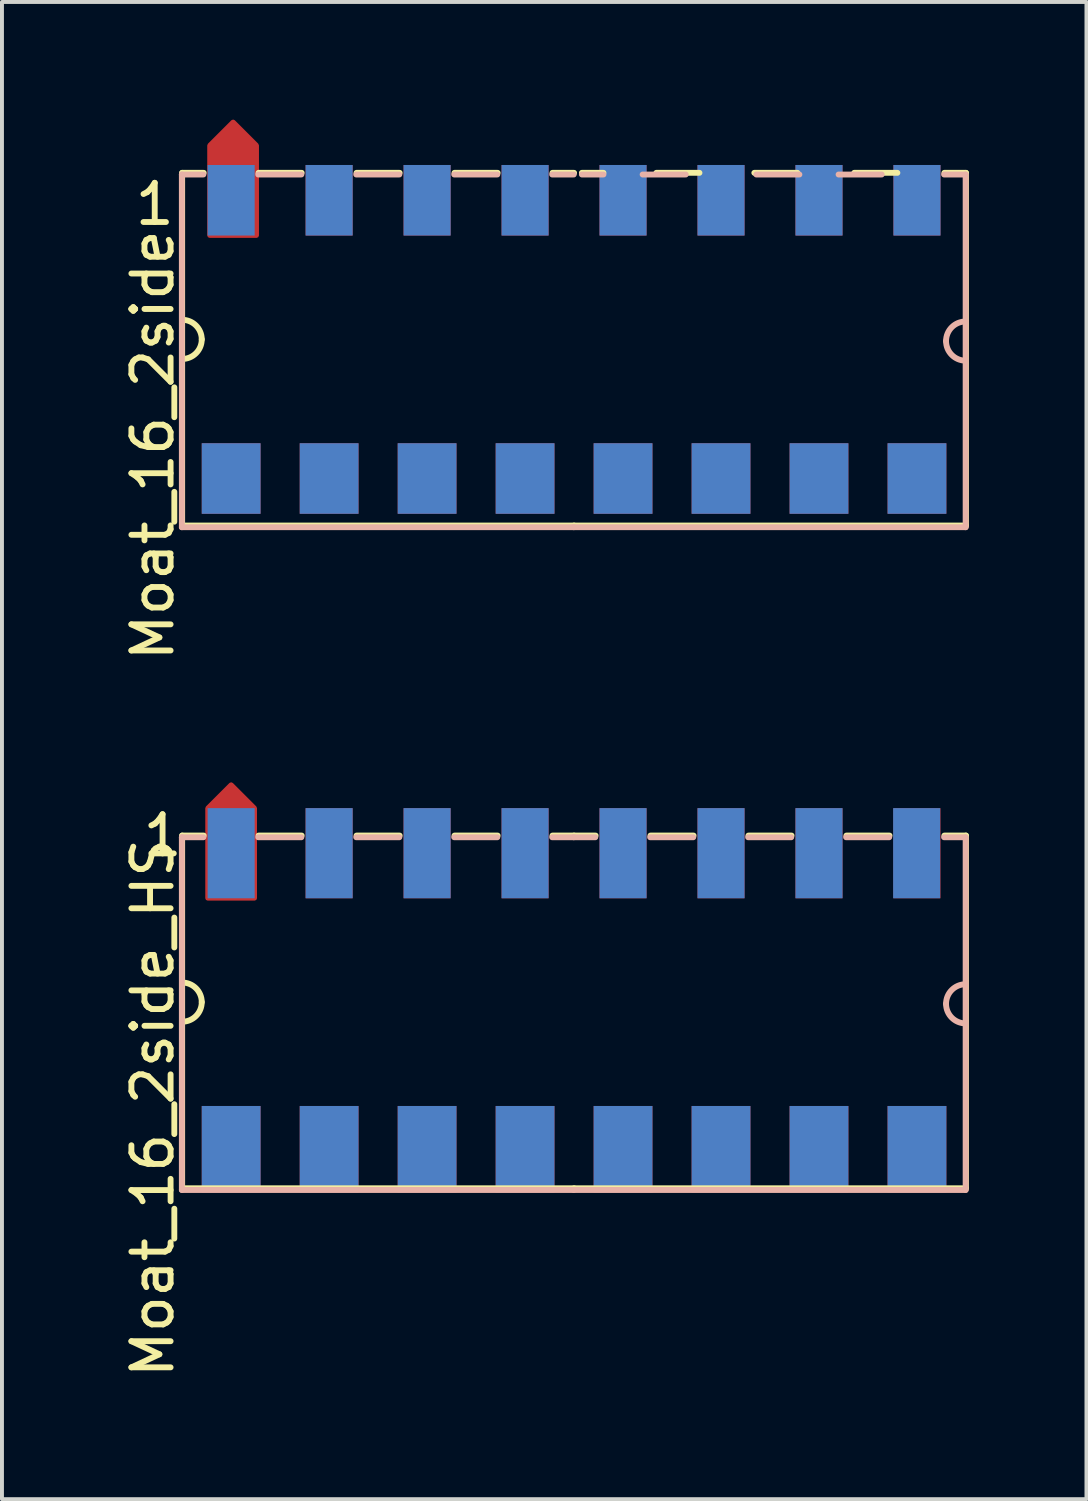
<source format=kicad_pcb>
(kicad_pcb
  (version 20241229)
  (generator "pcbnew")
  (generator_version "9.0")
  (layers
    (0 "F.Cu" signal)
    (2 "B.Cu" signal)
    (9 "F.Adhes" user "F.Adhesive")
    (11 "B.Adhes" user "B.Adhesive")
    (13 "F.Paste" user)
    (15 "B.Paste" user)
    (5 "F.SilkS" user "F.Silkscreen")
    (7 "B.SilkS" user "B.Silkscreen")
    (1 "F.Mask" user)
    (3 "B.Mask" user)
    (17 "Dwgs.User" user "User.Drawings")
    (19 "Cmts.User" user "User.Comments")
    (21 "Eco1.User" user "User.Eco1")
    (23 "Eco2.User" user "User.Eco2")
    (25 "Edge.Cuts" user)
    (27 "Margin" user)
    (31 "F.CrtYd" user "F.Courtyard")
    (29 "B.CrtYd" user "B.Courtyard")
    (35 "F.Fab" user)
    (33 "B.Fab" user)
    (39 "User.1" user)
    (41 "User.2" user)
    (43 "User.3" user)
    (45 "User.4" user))
  (footprint "Moat_16_2side_HS"
    (layer "F.Cu")
    (at 11.598 22.471)
    (property "Reference" "Moat_16_2side_HS" (at -10.75 2.75 90) (layer "F.SilkS") (effects (font (size 1 1) (thickness 0.15))))
    (attr smd)
    (fp_circle (center -10.45 -4.15) (end -9.65 -4.15) (stroke (width 0.15) (type solid)) (fill no) (layer "F.Mask"))
    (fp_line (start -10 -4.2) (end -10 4.8) (stroke (width 0.15) (type solid)) (layer "F.SilkS"))
    (fp_line (start -10 -4.2) (end -9.45 -4.2) (stroke (width 0.15) (type solid)) (layer "F.SilkS"))
    (fp_line (start -10 4.8) (end 0 4.8) (stroke (width 0.15) (type solid)) (layer "F.SilkS"))
    (fp_line (start -6.95 -4.2) (end -8.05 -4.2) (stroke (width 0.15) (type solid)) (layer "F.SilkS"))
    (fp_line (start -4.45 -4.2) (end -5.55 -4.2) (stroke (width 0.15) (type solid)) (layer "F.SilkS"))
    (fp_line (start -1.95 -4.2) (end -3.05 -4.2) (stroke (width 0.15) (type solid)) (layer "F.SilkS"))
    (fp_line (start 0 -4.2) (end -0.55 -4.2) (stroke (width 0.15) (type solid)) (layer "F.SilkS"))
    (fp_line (start 0 -4.2) (end 0.55 -4.2) (stroke (width 0.15) (type solid)) (layer "F.SilkS"))
    (fp_line (start 0 4.8) (end 10 4.8) (stroke (width 0.15) (type solid)) (layer "F.SilkS"))
    (fp_line (start 3.05 -4.2) (end 1.95 -4.2) (stroke (width 0.15) (type solid)) (layer "F.SilkS"))
    (fp_line (start 5.55 -4.2) (end 4.45 -4.2) (stroke (width 0.15) (type solid)) (layer "F.SilkS"))
    (fp_line (start 8.05 -4.2) (end 6.95 -4.2) (stroke (width 0.15) (type solid)) (layer "F.SilkS"))
    (fp_line (start 10 -4.2) (end 9.45 -4.2) (stroke (width 0.15) (type solid)) (layer "F.SilkS"))
    (fp_line (start 10 4.8) (end 10 -4.2) (stroke (width 0.15) (type solid)) (layer "F.SilkS"))
    (fp_arc (start -10 -0.45) (mid -9.646447 -0.303553) (end -9.5 0.05) (stroke (width 0.15) (type solid)) (layer "F.SilkS"))
    (fp_arc (start -9.5 0.05) (mid -9.646447 0.403553) (end -10 0.55) (stroke (width 0.15) (type solid)) (layer "F.SilkS"))
    (fp_line (start -10.008 -4.157) (end -9.458 -4.157) (stroke (width 0.15) (type solid)) (layer "B.SilkS"))
    (fp_line (start -10.008 4.843) (end -10.008 -4.157) (stroke (width 0.15) (type solid)) (layer "B.SilkS"))
    (fp_line (start -8.058 -4.157) (end -6.958 -4.157) (stroke (width 0.15) (type solid)) (layer "B.SilkS"))
    (fp_line (start -5.558 -4.157) (end -4.458 -4.157) (stroke (width 0.15) (type solid)) (layer "B.SilkS"))
    (fp_line (start -3.058 -4.157) (end -1.958 -4.157) (stroke (width 0.15) (type solid)) (layer "B.SilkS"))
    (fp_line (start -0.008 -4.157) (end -0.558 -4.157) (stroke (width 0.15) (type solid)) (layer "B.SilkS"))
    (fp_line (start -0.008 -4.157) (end 0.542 -4.157) (stroke (width 0.15) (type solid)) (layer "B.SilkS"))
    (fp_line (start -0.008 4.843) (end -10.008 4.843) (stroke (width 0.15) (type solid)) (layer "B.SilkS"))
    (fp_line (start 1.942 -4.157) (end 3.042 -4.157) (stroke (width 0.15) (type solid)) (layer "B.SilkS"))
    (fp_line (start 4.442 -4.157) (end 5.542 -4.157) (stroke (width 0.15) (type solid)) (layer "B.SilkS"))
    (fp_line (start 6.942 -4.157) (end 8.042 -4.157) (stroke (width 0.15) (type solid)) (layer "B.SilkS"))
    (fp_line (start 9.992 -4.157) (end 9.442 -4.157) (stroke (width 0.15) (type solid)) (layer "B.SilkS"))
    (fp_line (start 9.992 -4.157) (end 9.992 4.843) (stroke (width 0.15) (type solid)) (layer "B.SilkS"))
    (fp_line (start 9.992 4.843) (end -0.008 4.843) (stroke (width 0.15) (type solid)) (layer "B.SilkS"))
    (fp_arc (start 9.492067 0.093176) (mid 9.638514 -0.260377) (end 9.992067 -0.406824) (stroke (width 0.15) (type solid)) (layer "B.SilkS"))
    (fp_arc (start 9.992067 0.593176) (mid 9.638514 0.446729) (end 9.492067 0.093176) (stroke (width 0.15) (type solid)) (layer "B.SilkS"))
    (fp_text user "1" (at -10.5 -4.2 0) (layer "F.SilkS") (effects (font (size 1 1) (thickness 0.15))))
    (pad "1" smd custom (at -8.75 -3.75 180) (size 1.2 2.3) (layers "F.Cu" "F.Mask" "F.Paste") (options (anchor rect)) (primitives (gr_poly (pts (xy 0.6 1.15) (xy 0 1.75) (xy -0.6 1.15) (xy -0.6 -1.15) (xy 0.6 -1.15)) (width 0.12) (fill yes))))
    (pad "1" smd rect (at -8.75 3.8) (size 1.5 2.2) (layers "F.Cu" "F.Mask" "F.Paste"))
    (pad "2" smd rect (at -8.75 -3.75 180) (size 1.2 2.3) (layers "B.Cu" "B.Mask" "B.Paste"))
    (pad "2" smd rect (at -8.75 3.8 180) (size 1.5 2.2) (layers "B.Cu" "B.Mask" "B.Paste"))
    (pad "3" smd rect (at -6.25 -3.75) (size 1.2 2.3) (layers "F.Cu" "F.Mask" "F.Paste"))
    (pad "3" smd rect (at -6.25 3.8) (size 1.5 2.2) (layers "F.Cu" "F.Mask" "F.Paste"))
    (pad "4" smd rect (at -6.25 -3.75 180) (size 1.2 2.3) (layers "B.Cu" "B.Mask" "B.Paste"))
    (pad "4" smd rect (at -6.25 3.8 180) (size 1.5 2.2) (layers "B.Cu" "B.Mask" "B.Paste"))
    (pad "5" smd rect (at -3.75 -3.75) (size 1.2 2.3) (layers "F.Cu" "F.Mask" "F.Paste"))
    (pad "5" smd rect (at -3.75 3.8) (size 1.5 2.2) (layers "F.Cu" "F.Mask" "F.Paste"))
    (pad "6" smd rect (at -3.75 -3.75 180) (size 1.2 2.3) (layers "B.Cu" "B.Mask" "B.Paste"))
    (pad "6" smd rect (at -3.75 3.8 180) (size 1.5 2.2) (layers "B.Cu" "B.Mask" "B.Paste"))
    (pad "7" smd rect (at -1.25 -3.75) (size 1.2 2.3) (layers "F.Cu" "F.Mask" "F.Paste"))
    (pad "7" smd rect (at -1.25 3.8) (size 1.5 2.2) (layers "F.Cu" "F.Mask" "F.Paste"))
    (pad "8" smd rect (at -1.25 -3.75 180) (size 1.2 2.3) (layers "B.Cu" "B.Mask" "B.Paste"))
    (pad "8" smd rect (at -1.25 3.8 180) (size 1.5 2.2) (layers "B.Cu" "B.Mask" "B.Paste"))
    (pad "9" smd rect (at 1.25 -3.75) (size 1.2 2.3) (layers "F.Cu" "F.Mask" "F.Paste"))
    (pad "9" smd rect (at 1.25 3.8) (size 1.5 2.2) (layers "F.Cu" "F.Mask" "F.Paste"))
    (pad "10" smd rect (at 1.25 -3.75 180) (size 1.2 2.3) (layers "B.Cu" "B.Mask" "B.Paste"))
    (pad "10" smd rect (at 1.25 3.8 180) (size 1.5 2.2) (layers "B.Cu" "B.Mask" "B.Paste"))
    (pad "11" smd rect (at 3.75 -3.75) (size 1.2 2.3) (layers "F.Cu" "F.Mask" "F.Paste"))
    (pad "11" smd rect (at 3.75 3.8) (size 1.5 2.2) (layers "F.Cu" "F.Mask" "F.Paste"))
    (pad "12" smd rect (at 3.75 -3.75 180) (size 1.2 2.3) (layers "B.Cu" "B.Mask" "B.Paste"))
    (pad "12" smd rect (at 3.75 3.8 180) (size 1.5 2.2) (layers "B.Cu" "B.Mask" "B.Paste"))
    (pad "13" smd rect (at 6.25 -3.75) (size 1.2 2.3) (layers "F.Cu" "F.Mask" "F.Paste"))
    (pad "13" smd rect (at 6.25 3.8) (size 1.5 2.2) (layers "F.Cu" "F.Mask" "F.Paste"))
    (pad "14" smd rect (at 6.25 -3.75 180) (size 1.2 2.3) (layers "B.Cu" "B.Mask" "B.Paste"))
    (pad "14" smd rect (at 6.25 3.8 180) (size 1.5 2.2) (layers "B.Cu" "B.Mask" "B.Paste"))
    (pad "15" smd rect (at 8.75 -3.75) (size 1.2 2.3) (layers "F.Cu" "F.Mask" "F.Paste"))
    (pad "15" smd rect (at 8.75 3.8) (size 1.5 2.2) (layers "F.Cu" "F.Mask" "F.Paste"))
    (pad "16" smd rect (at 8.742 -3.75 180) (size 1.2 2.3) (layers "B.Cu" "B.Mask" "B.Paste"))
    (pad "16" smd rect (at 8.75 3.8 180) (size 1.5 2.2) (layers "B.Cu" "B.Mask" "B.Paste")))
  (footprint "Moat_16_2side"
    (layer "F.Cu")
    (at 11.898 5.56)
    (property "Reference" "Moat_16_2side" (at -11.05 2.75 90) (layer "F.SilkS") (effects (font (size 1 1) (thickness 0.15))))
    (attr smd)
    (fp_line (start -10.3 -4.2) (end -10.3 4.8) (stroke (width 0.15) (type solid)) (layer "F.SilkS"))
    (fp_line (start -10.3 -4.2) (end -9.75 -4.2) (stroke (width 0.15) (type solid)) (layer "F.SilkS"))
    (fp_line (start -10.3 4.8) (end -0.3 4.8) (stroke (width 0.15) (type solid)) (layer "F.SilkS"))
    (fp_line (start -7.25 -4.2) (end -8.35 -4.2) (stroke (width 0.15) (type solid)) (layer "F.SilkS"))
    (fp_line (start -4.75 -4.2) (end -5.85 -4.2) (stroke (width 0.15) (type solid)) (layer "F.SilkS"))
    (fp_line (start -2.25 -4.2) (end -3.35 -4.2) (stroke (width 0.15) (type solid)) (layer "F.SilkS"))
    (fp_line (start -0.3 -4.2) (end -0.85 -4.2) (stroke (width 0.15) (type solid)) (layer "F.SilkS"))
    (fp_line (start -0.3 4.8) (end 9.7 4.8) (stroke (width 0.15) (type solid)) (layer "F.SilkS"))
    (fp_line (start -0.1 -4.2) (end 0.45 -4.2) (stroke (width 0.15) (type solid)) (layer "F.SilkS"))
    (fp_line (start 2.9 -4.2) (end 1.8 -4.2) (stroke (width 0.15) (type solid)) (layer "F.SilkS"))
    (fp_line (start 5.4 -4.2) (end 4.3 -4.2) (stroke (width 0.15) (type solid)) (layer "F.SilkS"))
    (fp_line (start 7.95 -4.2) (end 6.85 -4.2) (stroke (width 0.15) (type solid)) (layer "F.SilkS"))
    (fp_line (start 9.7 -4.2) (end 9.15 -4.2) (stroke (width 0.15) (type solid)) (layer "F.SilkS"))
    (fp_line (start 9.7 4.8) (end 9.7 -4.2) (stroke (width 0.15) (type solid)) (layer "F.SilkS"))
    (fp_arc (start -10.3 -0.45) (mid -9.946447 -0.303553) (end -9.8 0.05) (stroke (width 0.15) (type solid)) (layer "F.SilkS"))
    (fp_arc (start -9.8 0.05) (mid -9.946447 0.403553) (end -10.3 0.55) (stroke (width 0.15) (type solid)) (layer "F.SilkS"))
    (fp_line (start -10.308 -4.157) (end -9.758 -4.157) (stroke (width 0.15) (type solid)) (layer "B.SilkS"))
    (fp_line (start -10.308 4.843) (end -10.308 -4.157) (stroke (width 0.15) (type solid)) (layer "B.SilkS"))
    (fp_line (start -8.358 -4.157) (end -7.258 -4.157) (stroke (width 0.15) (type solid)) (layer "B.SilkS"))
    (fp_line (start -5.858 -4.157) (end -4.758 -4.157) (stroke (width 0.15) (type solid)) (layer "B.SilkS"))
    (fp_line (start -3.358 -4.157) (end -2.258 -4.157) (stroke (width 0.15) (type solid)) (layer "B.SilkS"))
    (fp_line (start -0.308 -4.157) (end -0.858 -4.157) (stroke (width 0.15) (type solid)) (layer "B.SilkS"))
    (fp_line (start -0.308 4.843) (end -10.308 4.843) (stroke (width 0.15) (type solid)) (layer "B.SilkS"))
    (fp_line (start -0.1 -4.157) (end 0.45 -4.157) (stroke (width 0.15) (type solid)) (layer "B.SilkS"))
    (fp_line (start 1.45 -4.157) (end 2.55 -4.157) (stroke (width 0.15) (type solid)) (layer "B.SilkS"))
    (fp_line (start 4.35 -4.157) (end 5.45 -4.157) (stroke (width 0.15) (type solid)) (layer "B.SilkS"))
    (fp_line (start 6.45 -4.157) (end 7.55 -4.157) (stroke (width 0.15) (type solid)) (layer "B.SilkS"))
    (fp_line (start 9.692 -4.157) (end 9.142 -4.157) (stroke (width 0.15) (type solid)) (layer "B.SilkS"))
    (fp_line (start 9.692 -4.157) (end 9.692 4.843) (stroke (width 0.15) (type solid)) (layer "B.SilkS"))
    (fp_line (start 9.692 4.843) (end -0.308 4.843) (stroke (width 0.15) (type solid)) (layer "B.SilkS"))
    (fp_arc (start 9.192067 0.093176) (mid 9.338514 -0.260377) (end 9.692067 -0.406824) (stroke (width 0.15) (type solid)) (layer "B.SilkS"))
    (fp_arc (start 9.692067 0.593176) (mid 9.338514 0.446729) (end 9.192067 0.093176) (stroke (width 0.15) (type solid)) (layer "B.SilkS"))
    (fp_text user "1" (at -11 -3.4 0) (layer "F.SilkS") (effects (font (size 1 1) (thickness 0.15))))
    (pad "1" smd rect (at -9.05 3.6) (size 1.5 1.8) (layers "F.Cu" "F.Mask" "F.Paste"))
    (pad "1" smd custom (at -9 -3.75 180) (size 1.2 2.3) (layers "F.Cu" "F.Mask" "F.Paste") (options (anchor rect)) (primitives (gr_poly (pts (xy 0.6 1.15) (xy 0 1.75) (xy -0.6 1.15) (xy -0.6 -1.15) (xy 0.6 -1.15)) (width 0.12) (fill yes))))
    (pad "2" smd rect (at -9.05 -3.5 180) (size 1.2 1.8) (layers "B.Cu" "B.Mask" "B.Paste"))
    (pad "2" smd rect (at -9.05 3.6 180) (size 1.5 1.8) (layers "B.Cu" "B.Mask" "B.Paste"))
    (pad "3" smd rect (at -6.55 -3.5) (size 1.2 1.8) (layers "F.Cu" "F.Mask" "F.Paste"))
    (pad "3" smd rect (at -6.55 3.6) (size 1.5 1.8) (layers "F.Cu" "F.Mask" "F.Paste"))
    (pad "4" smd rect (at -6.55 -3.5 180) (size 1.2 1.8) (layers "B.Cu" "B.Mask" "B.Paste"))
    (pad "4" smd rect (at -6.55 3.6 180) (size 1.5 1.8) (layers "B.Cu" "B.Mask" "B.Paste"))
    (pad "5" smd rect (at -4.05 -3.5) (size 1.2 1.8) (layers "F.Cu" "F.Mask" "F.Paste"))
    (pad "5" smd rect (at -4.05 3.6) (size 1.5 1.8) (layers "F.Cu" "F.Mask" "F.Paste"))
    (pad "6" smd rect (at -4.05 -3.5 180) (size 1.2 1.8) (layers "B.Cu" "B.Mask" "B.Paste"))
    (pad "6" smd rect (at -4.05 3.6 180) (size 1.5 1.8) (layers "B.Cu" "B.Mask" "B.Paste"))
    (pad "7" smd rect (at -1.55 -3.5) (size 1.2 1.8) (layers "F.Cu" "F.Mask" "F.Paste"))
    (pad "7" smd rect (at -1.55 3.6) (size 1.5 1.8) (layers "F.Cu" "F.Mask" "F.Paste"))
    (pad "8" smd rect (at -1.55 -3.5 180) (size 1.2 1.8) (layers "B.Cu" "B.Mask" "B.Paste"))
    (pad "8" smd rect (at -1.55 3.6 180) (size 1.5 1.8) (layers "B.Cu" "B.Mask" "B.Paste"))
    (pad "9" smd rect (at 0.95 -3.5) (size 1.2 1.8) (layers "F.Cu" "F.Mask" "F.Paste"))
    (pad "9" smd rect (at 0.95 3.6) (size 1.5 1.8) (layers "F.Cu" "F.Mask" "F.Paste"))
    (pad "10" smd rect (at 0.95 -3.5 180) (size 1.2 1.8) (layers "B.Cu" "B.Mask" "B.Paste"))
    (pad "10" smd rect (at 0.95 3.6 180) (size 1.5 1.8) (layers "B.Cu" "B.Mask" "B.Paste"))
    (pad "11" smd rect (at 3.45 -3.5) (size 1.2 1.8) (layers "F.Cu" "F.Mask" "F.Paste"))
    (pad "11" smd rect (at 3.45 3.6) (size 1.5 1.8) (layers "F.Cu" "F.Mask" "F.Paste"))
    (pad "12" smd rect (at 3.45 -3.5 180) (size 1.2 1.8) (layers "B.Cu" "B.Mask" "B.Paste"))
    (pad "12" smd rect (at 3.45 3.6 180) (size 1.5 1.8) (layers "B.Cu" "B.Mask" "B.Paste"))
    (pad "13" smd rect (at 5.95 -3.5) (size 1.2 1.8) (layers "F.Cu" "F.Mask" "F.Paste"))
    (pad "13" smd rect (at 5.95 3.6) (size 1.5 1.8) (layers "F.Cu" "F.Mask" "F.Paste"))
    (pad "14" smd rect (at 5.95 -3.5 180) (size 1.2 1.8) (layers "B.Cu" "B.Mask" "B.Paste"))
    (pad "14" smd rect (at 5.95 3.6 180) (size 1.5 1.8) (layers "B.Cu" "B.Mask" "B.Paste"))
    (pad "15" smd rect (at 8.45 -3.5) (size 1.2 1.8) (layers "F.Cu" "F.Mask" "F.Paste"))
    (pad "15" smd rect (at 8.45 3.6) (size 1.5 1.8) (layers "F.Cu" "F.Mask" "F.Paste"))
    (pad "16" smd rect (at 8.45 -3.5 180) (size 1.2 1.8) (layers "B.Cu" "B.Mask" "B.Paste"))
    (pad "16" smd rect (at 8.45 3.6 180) (size 1.5 1.8) (layers "B.Cu" "B.Mask" "B.Paste")))
  (gr_rect
    (start -3 -3)
    (end 24.673 35.203)
    (stroke (width 0.1) (type default))
    (fill no)
    (layer "Edge.Cuts")))
</source>
